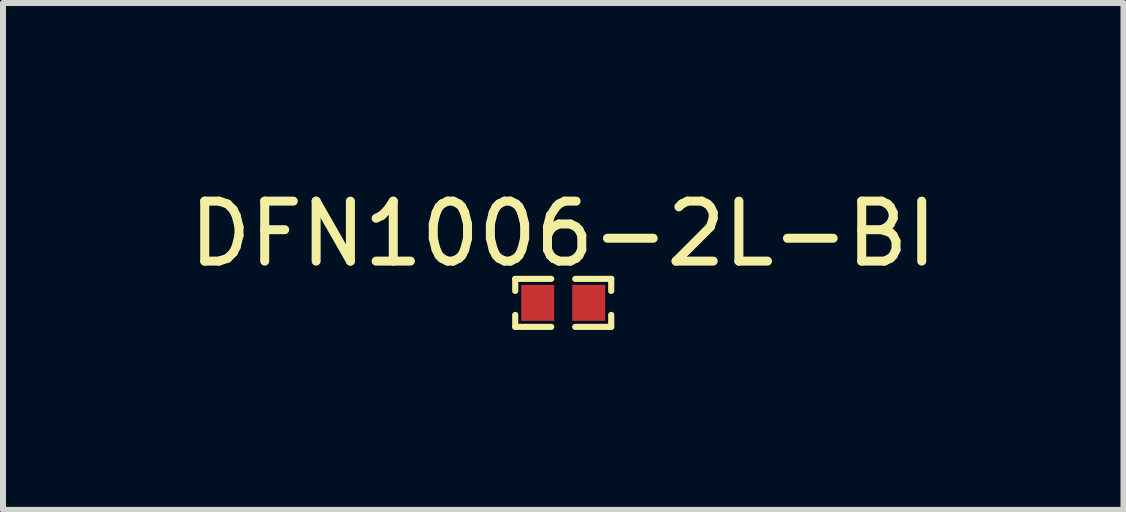
<source format=kicad_pcb>
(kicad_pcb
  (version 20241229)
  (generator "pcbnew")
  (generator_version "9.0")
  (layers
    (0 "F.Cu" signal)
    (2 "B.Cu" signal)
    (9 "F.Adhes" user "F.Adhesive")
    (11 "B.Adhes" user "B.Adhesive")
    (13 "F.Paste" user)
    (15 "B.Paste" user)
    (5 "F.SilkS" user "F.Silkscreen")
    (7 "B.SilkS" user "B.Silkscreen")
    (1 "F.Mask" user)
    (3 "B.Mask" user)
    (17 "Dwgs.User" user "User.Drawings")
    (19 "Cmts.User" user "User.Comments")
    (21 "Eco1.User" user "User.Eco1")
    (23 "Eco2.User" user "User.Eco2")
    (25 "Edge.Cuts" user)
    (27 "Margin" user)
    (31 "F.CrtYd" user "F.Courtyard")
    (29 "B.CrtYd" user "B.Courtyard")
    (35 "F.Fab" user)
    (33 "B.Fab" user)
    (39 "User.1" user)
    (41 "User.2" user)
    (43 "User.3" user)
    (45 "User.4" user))
  (footprint "DFN1006-2L-BI"
    (layer "F.Cu")
    (at 6.339 1.999)
    (property "Reference" "DFN1006-2L-BI" (at 0 -1.151 0) (layer "F.SilkS") (effects (font (size 1 1) (thickness 0.15))))
    (fp_line (start -0.8 -0.4) (end -0.8 -0.2) (stroke (width 0.102) (type default)) (layer "F.SilkS"))
    (fp_line (start -0.8 0.4) (end -0.8 0.2) (stroke (width 0.102) (type default)) (layer "F.SilkS"))
    (fp_line (start -0.8 0.4) (end -0.2 0.4) (stroke (width 0.102) (type default)) (layer "F.SilkS"))
    (fp_line (start -0.2 -0.4) (end -0.8 -0.4) (stroke (width 0.102) (type default)) (layer "F.SilkS"))
    (fp_line (start 0.2 -0.4) (end 0.8 -0.4) (stroke (width 0.102) (type default)) (layer "F.SilkS"))
    (fp_line (start 0.2 0.4) (end 0.8 0.4) (stroke (width 0.102) (type default)) (layer "F.SilkS"))
    (fp_line (start 0.8 -0.4) (end 0.8 -0.2) (stroke (width 0.102) (type default)) (layer "F.SilkS"))
    (fp_line (start 0.8 0.4) (end 0.8 0.2) (stroke (width 0.102) (type default)) (layer "F.SilkS"))
    (fp_poly (pts (xy -0.475 -0.254) (xy -0.225 -0.254) (xy -0.225 0.254) (xy -0.475 0.254)) (stroke (width 0.1) (type default)) (fill no) (layer "User.1"))
    (fp_poly (pts (xy 0.225 -0.254) (xy 0.475 -0.254) (xy 0.475 0.254) (xy 0.225 0.254)) (stroke (width 0.1) (type default)) (fill no) (layer "User.1"))
    (fp_line (start -0.5 -0.3) (end 0.5 -0.3) (stroke (width 0.051) (type default)) (layer "User.2"))
    (fp_line (start -0.5 0.3) (end -0.5 -0.3) (stroke (width 0.051) (type default)) (layer "User.2"))
    (fp_line (start 0.5 -0.3) (end 0.5 0.3) (stroke (width 0.051) (type default)) (layer "User.2"))
    (fp_line (start 0.5 0.3) (end -0.5 0.3) (stroke (width 0.051) (type default)) (layer "User.2"))
    (fp_poly (pts (xy -0.445 0.277) (xy -0.477 0.245) (xy -0.523 0.245) (xy -0.555 0.277) (xy -0.555 0.323) (xy -0.523 0.355) (xy -0.477 0.355) (xy -0.445 0.323)) (stroke (width 0.1) (type default)) (fill no) (layer "User.3"))
    (pad "1" smd rect (at -0.425 0) (size 0.55 0.6) (layers "F.Cu" "F.Mask" "F.Paste"))
    (pad "2" smd rect (at 0.425 0) (size 0.55 0.6) (layers "F.Cu" "F.Mask" "F.Paste")))
  (gr_rect
    (start -3 -3)
    (end 15.679 5.45)
    (stroke (width 0.1) (type default))
    (fill no)
    (layer "Edge.Cuts")))
</source>
